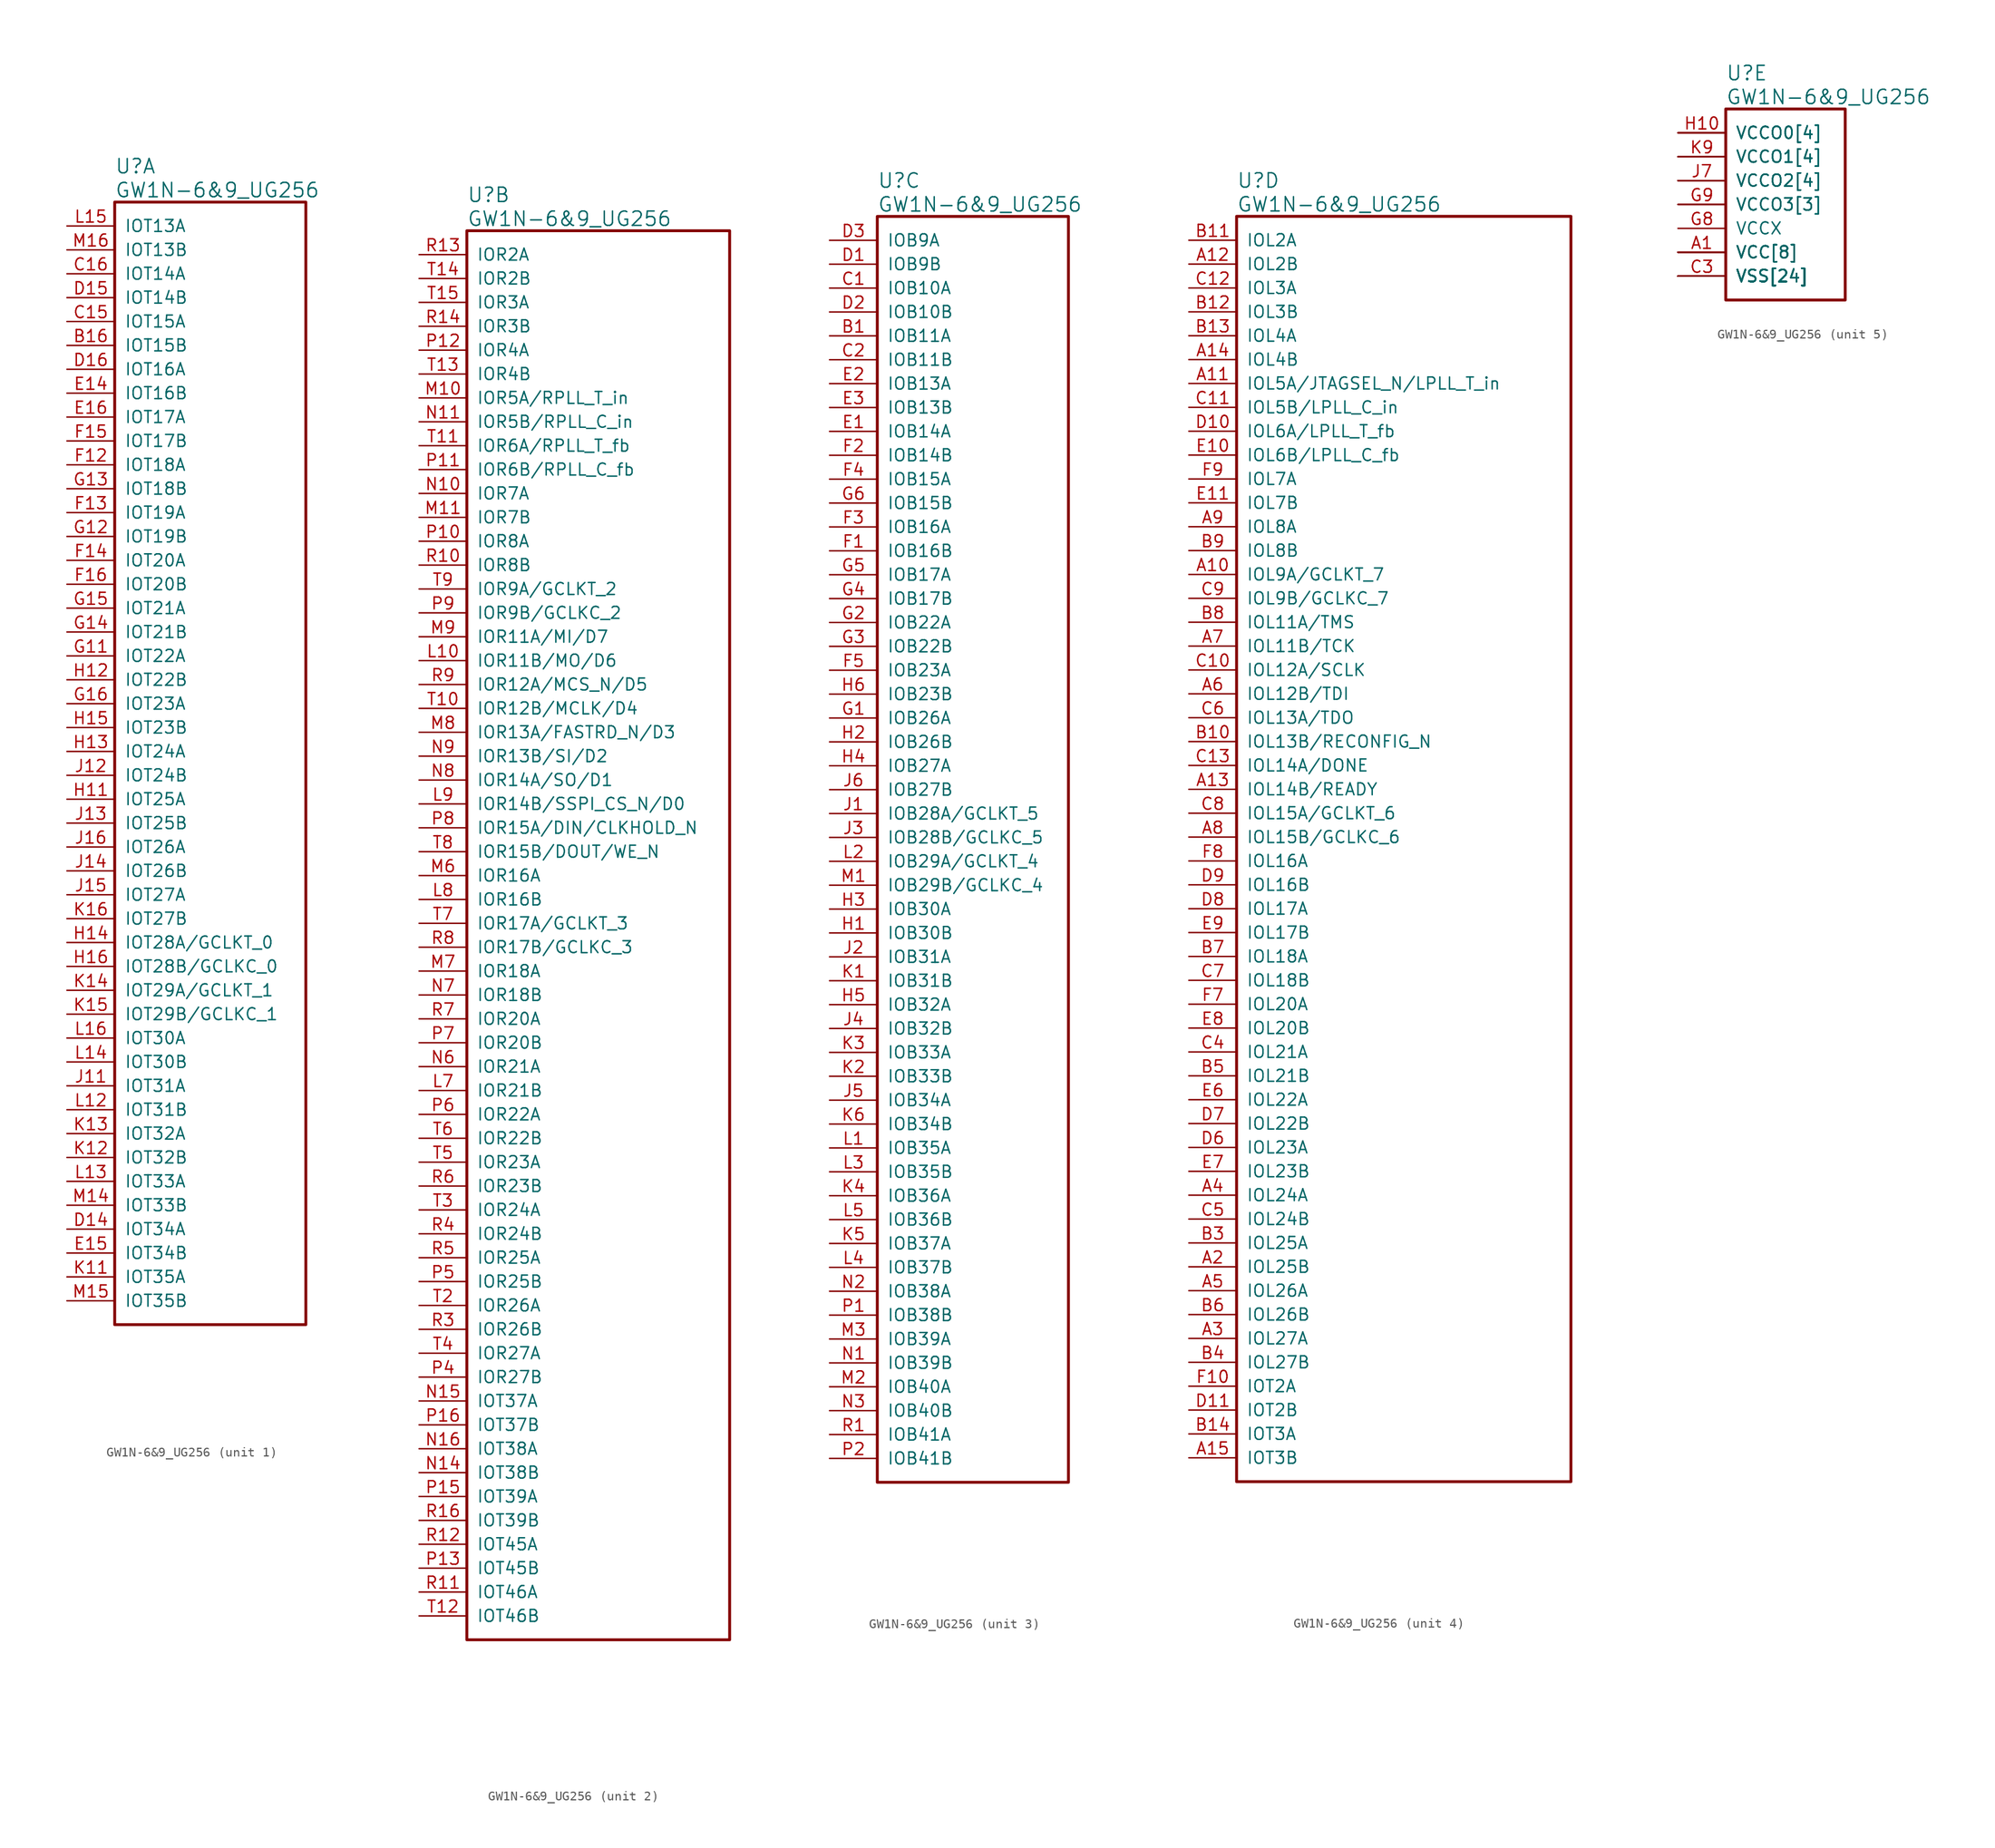
<source format=kicad_sym>
(kicad_symbol_lib
  (version 20241209)
  (generator "kicad_symbol_editor")
  (generator_version "9.0")
  (symbol "GW1N-6&9_UG256"
    (pin_names
      (offset 1.016))
    (property "Reference" "U"
      (at 5.08 6.35 0)
      (effects (font (size 1.524 1.524)) (justify left)))
    (property "Value" "GW1N-6&9_UG256"
      (at 5.08 3.81 0)
      (effects (font (size 1.524 1.524)) (justify left)))
    (property "ki_locked" ""
      (at 0 0 0)
      (effects (font (size 1.27 1.27))))
    (symbol "GW1N-6&9_UG256_1_1"
      (rectangle (start 5.08 2.54) (end 25.4 -116.84) (stroke (width 0.305) (type solid)) (fill (type none)))
      (pin bidirectional line (at 0 0 0) (length 5.08) (name "IOT13A" (effects (font (size 1.27 1.27)))) (number "L15" (effects (font (size 1.27 1.27)))))
      (pin bidirectional line (at 0 -2.54 0) (length 5.08) (name "IOT13B" (effects (font (size 1.27 1.27)))) (number "M16" (effects (font (size 1.27 1.27)))))
      (pin bidirectional line (at 0 -5.08 0) (length 5.08) (name "IOT14A" (effects (font (size 1.27 1.27)))) (number "C16" (effects (font (size 1.27 1.27)))))
      (pin bidirectional line (at 0 -7.62 0) (length 5.08) (name "IOT14B" (effects (font (size 1.27 1.27)))) (number "D15" (effects (font (size 1.27 1.27)))))
      (pin bidirectional line (at 0 -10.16 0) (length 5.08) (name "IOT15A" (effects (font (size 1.27 1.27)))) (number "C15" (effects (font (size 1.27 1.27)))))
      (pin bidirectional line (at 0 -12.7 0) (length 5.08) (name "IOT15B" (effects (font (size 1.27 1.27)))) (number "B16" (effects (font (size 1.27 1.27)))))
      (pin bidirectional line (at 0 -15.24 0) (length 5.08) (name "IOT16A" (effects (font (size 1.27 1.27)))) (number "D16" (effects (font (size 1.27 1.27)))))
      (pin bidirectional line (at 0 -17.78 0) (length 5.08) (name "IOT16B" (effects (font (size 1.27 1.27)))) (number "E14" (effects (font (size 1.27 1.27)))))
      (pin bidirectional line (at 0 -20.32 0) (length 5.08) (name "IOT17A" (effects (font (size 1.27 1.27)))) (number "E16" (effects (font (size 1.27 1.27)))))
      (pin bidirectional line (at 0 -22.86 0) (length 5.08) (name "IOT17B" (effects (font (size 1.27 1.27)))) (number "F15" (effects (font (size 1.27 1.27)))))
      (pin bidirectional line (at 0 -25.4 0) (length 5.08) (name "IOT18A" (effects (font (size 1.27 1.27)))) (number "F12" (effects (font (size 1.27 1.27)))))
      (pin bidirectional line (at 0 -27.94 0) (length 5.08) (name "IOT18B" (effects (font (size 1.27 1.27)))) (number "G13" (effects (font (size 1.27 1.27)))))
      (pin bidirectional line (at 0 -30.48 0) (length 5.08) (name "IOT19A" (effects (font (size 1.27 1.27)))) (number "F13" (effects (font (size 1.27 1.27)))))
      (pin bidirectional line (at 0 -33.02 0) (length 5.08) (name "IOT19B" (effects (font (size 1.27 1.27)))) (number "G12" (effects (font (size 1.27 1.27)))))
      (pin bidirectional line (at 0 -35.56 0) (length 5.08) (name "IOT20A" (effects (font (size 1.27 1.27)))) (number "F14" (effects (font (size 1.27 1.27)))))
      (pin bidirectional line (at 0 -38.1 0) (length 5.08) (name "IOT20B" (effects (font (size 1.27 1.27)))) (number "F16" (effects (font (size 1.27 1.27)))))
      (pin bidirectional line (at 0 -40.64 0) (length 5.08) (name "IOT21A" (effects (font (size 1.27 1.27)))) (number "G15" (effects (font (size 1.27 1.27)))))
      (pin bidirectional line (at 0 -43.18 0) (length 5.08) (name "IOT21B" (effects (font (size 1.27 1.27)))) (number "G14" (effects (font (size 1.27 1.27)))))
      (pin bidirectional line (at 0 -45.72 0) (length 5.08) (name "IOT22A" (effects (font (size 1.27 1.27)))) (number "G11" (effects (font (size 1.27 1.27)))))
      (pin bidirectional line (at 0 -48.26 0) (length 5.08) (name "IOT22B" (effects (font (size 1.27 1.27)))) (number "H12" (effects (font (size 1.27 1.27)))))
      (pin bidirectional line (at 0 -50.8 0) (length 5.08) (name "IOT23A" (effects (font (size 1.27 1.27)))) (number "G16" (effects (font (size 1.27 1.27)))))
      (pin bidirectional line (at 0 -53.34 0) (length 5.08) (name "IOT23B" (effects (font (size 1.27 1.27)))) (number "H15" (effects (font (size 1.27 1.27)))))
      (pin bidirectional line (at 0 -55.88 0) (length 5.08) (name "IOT24A" (effects (font (size 1.27 1.27)))) (number "H13" (effects (font (size 1.27 1.27)))))
      (pin bidirectional line (at 0 -58.42 0) (length 5.08) (name "IOT24B" (effects (font (size 1.27 1.27)))) (number "J12" (effects (font (size 1.27 1.27)))))
      (pin bidirectional line (at 0 -60.96 0) (length 5.08) (name "IOT25A" (effects (font (size 1.27 1.27)))) (number "H11" (effects (font (size 1.27 1.27)))))
      (pin bidirectional line (at 0 -63.5 0) (length 5.08) (name "IOT25B" (effects (font (size 1.27 1.27)))) (number "J13" (effects (font (size 1.27 1.27)))))
      (pin bidirectional line (at 0 -66.04 0) (length 5.08) (name "IOT26A" (effects (font (size 1.27 1.27)))) (number "J16" (effects (font (size 1.27 1.27)))))
      (pin bidirectional line (at 0 -68.58 0) (length 5.08) (name "IOT26B" (effects (font (size 1.27 1.27)))) (number "J14" (effects (font (size 1.27 1.27)))))
      (pin bidirectional line (at 0 -71.12 0) (length 5.08) (name "IOT27A" (effects (font (size 1.27 1.27)))) (number "J15" (effects (font (size 1.27 1.27)))))
      (pin bidirectional line (at 0 -73.66 0) (length 5.08) (name "IOT27B" (effects (font (size 1.27 1.27)))) (number "K16" (effects (font (size 1.27 1.27)))))
      (pin bidirectional line (at 0 -76.2 0) (length 5.08) (name "IOT28A/GCLKT_0" (effects (font (size 1.27 1.27)))) (number "H14" (effects (font (size 1.27 1.27)))))
      (pin bidirectional line (at 0 -78.74 0) (length 5.08) (name "IOT28B/GCLKC_0" (effects (font (size 1.27 1.27)))) (number "H16" (effects (font (size 1.27 1.27)))))
      (pin bidirectional line (at 0 -81.28 0) (length 5.08) (name "IOT29A/GCLKT_1" (effects (font (size 1.27 1.27)))) (number "K14" (effects (font (size 1.27 1.27)))))
      (pin bidirectional line (at 0 -83.82 0) (length 5.08) (name "IOT29B/GCLKC_1" (effects (font (size 1.27 1.27)))) (number "K15" (effects (font (size 1.27 1.27)))))
      (pin bidirectional line (at 0 -86.36 0) (length 5.08) (name "IOT30A" (effects (font (size 1.27 1.27)))) (number "L16" (effects (font (size 1.27 1.27)))))
      (pin bidirectional line (at 0 -88.9 0) (length 5.08) (name "IOT30B" (effects (font (size 1.27 1.27)))) (number "L14" (effects (font (size 1.27 1.27)))))
      (pin bidirectional line (at 0 -91.44 0) (length 5.08) (name "IOT31A" (effects (font (size 1.27 1.27)))) (number "J11" (effects (font (size 1.27 1.27)))))
      (pin bidirectional line (at 0 -93.98 0) (length 5.08) (name "IOT31B" (effects (font (size 1.27 1.27)))) (number "L12" (effects (font (size 1.27 1.27)))))
      (pin bidirectional line (at 0 -96.52 0) (length 5.08) (name "IOT32A" (effects (font (size 1.27 1.27)))) (number "K13" (effects (font (size 1.27 1.27)))))
      (pin bidirectional line (at 0 -99.06 0) (length 5.08) (name "IOT32B" (effects (font (size 1.27 1.27)))) (number "K12" (effects (font (size 1.27 1.27)))))
      (pin bidirectional line (at 0 -101.6 0) (length 5.08) (name "IOT33A" (effects (font (size 1.27 1.27)))) (number "L13" (effects (font (size 1.27 1.27)))))
      (pin bidirectional line (at 0 -104.14 0) (length 5.08) (name "IOT33B" (effects (font (size 1.27 1.27)))) (number "M14" (effects (font (size 1.27 1.27)))))
      (pin bidirectional line (at 0 -106.68 0) (length 5.08) (name "IOT34A" (effects (font (size 1.27 1.27)))) (number "D14" (effects (font (size 1.27 1.27)))))
      (pin bidirectional line (at 0 -109.22 0) (length 5.08) (name "IOT34B" (effects (font (size 1.27 1.27)))) (number "E15" (effects (font (size 1.27 1.27)))))
      (pin bidirectional line (at 0 -111.76 0) (length 5.08) (name "IOT35A" (effects (font (size 1.27 1.27)))) (number "K11" (effects (font (size 1.27 1.27)))))
      (pin bidirectional line (at 0 -114.3 0) (length 5.08) (name "IOT35B" (effects (font (size 1.27 1.27)))) (number "M15" (effects (font (size 1.27 1.27))))))
    (symbol "GW1N-6&9_UG256_2_1"
      (rectangle (start 5.08 2.54) (end 33.02 -147.32) (stroke (width 0.305) (type solid)) (fill (type none)))
      (pin bidirectional line (at 0 0 0) (length 5.08) (name "IOR2A" (effects (font (size 1.27 1.27)))) (number "R13" (effects (font (size 1.27 1.27)))))
      (pin bidirectional line (at 0 -2.54 0) (length 5.08) (name "IOR2B" (effects (font (size 1.27 1.27)))) (number "T14" (effects (font (size 1.27 1.27)))))
      (pin bidirectional line (at 0 -5.08 0) (length 5.08) (name "IOR3A" (effects (font (size 1.27 1.27)))) (number "T15" (effects (font (size 1.27 1.27)))))
      (pin bidirectional line (at 0 -7.62 0) (length 5.08) (name "IOR3B" (effects (font (size 1.27 1.27)))) (number "R14" (effects (font (size 1.27 1.27)))))
      (pin bidirectional line (at 0 -10.16 0) (length 5.08) (name "IOR4A" (effects (font (size 1.27 1.27)))) (number "P12" (effects (font (size 1.27 1.27)))))
      (pin bidirectional line (at 0 -12.7 0) (length 5.08) (name "IOR4B" (effects (font (size 1.27 1.27)))) (number "T13" (effects (font (size 1.27 1.27)))))
      (pin bidirectional line (at 0 -15.24 0) (length 5.08) (name "IOR5A/RPLL_T_in" (effects (font (size 1.27 1.27)))) (number "M10" (effects (font (size 1.27 1.27)))))
      (pin bidirectional line (at 0 -17.78 0) (length 5.08) (name "IOR5B/RPLL_C_in" (effects (font (size 1.27 1.27)))) (number "N11" (effects (font (size 1.27 1.27)))))
      (pin bidirectional line (at 0 -20.32 0) (length 5.08) (name "IOR6A/RPLL_T_fb" (effects (font (size 1.27 1.27)))) (number "T11" (effects (font (size 1.27 1.27)))))
      (pin bidirectional line (at 0 -22.86 0) (length 5.08) (name "IOR6B/RPLL_C_fb" (effects (font (size 1.27 1.27)))) (number "P11" (effects (font (size 1.27 1.27)))))
      (pin bidirectional line (at 0 -25.4 0) (length 5.08) (name "IOR7A" (effects (font (size 1.27 1.27)))) (number "N10" (effects (font (size 1.27 1.27)))))
      (pin bidirectional line (at 0 -27.94 0) (length 5.08) (name "IOR7B" (effects (font (size 1.27 1.27)))) (number "M11" (effects (font (size 1.27 1.27)))))
      (pin bidirectional line (at 0 -30.48 0) (length 5.08) (name "IOR8A" (effects (font (size 1.27 1.27)))) (number "P10" (effects (font (size 1.27 1.27)))))
      (pin bidirectional line (at 0 -33.02 0) (length 5.08) (name "IOR8B" (effects (font (size 1.27 1.27)))) (number "R10" (effects (font (size 1.27 1.27)))))
      (pin bidirectional line (at 0 -35.56 0) (length 5.08) (name "IOR9A/GCLKT_2" (effects (font (size 1.27 1.27)))) (number "T9" (effects (font (size 1.27 1.27)))))
      (pin bidirectional line (at 0 -38.1 0) (length 5.08) (name "IOR9B/GCLKC_2" (effects (font (size 1.27 1.27)))) (number "P9" (effects (font (size 1.27 1.27)))))
      (pin bidirectional line (at 0 -40.64 0) (length 5.08) (name "IOR11A/MI/D7" (effects (font (size 1.27 1.27)))) (number "M9" (effects (font (size 1.27 1.27)))))
      (pin bidirectional line (at 0 -43.18 0) (length 5.08) (name "IOR11B/MO/D6" (effects (font (size 1.27 1.27)))) (number "L10" (effects (font (size 1.27 1.27)))))
      (pin bidirectional line (at 0 -45.72 0) (length 5.08) (name "IOR12A/MCS_N/D5" (effects (font (size 1.27 1.27)))) (number "R9" (effects (font (size 1.27 1.27)))))
      (pin bidirectional line (at 0 -48.26 0) (length 5.08) (name "IOR12B/MCLK/D4" (effects (font (size 1.27 1.27)))) (number "T10" (effects (font (size 1.27 1.27)))))
      (pin bidirectional line (at 0 -50.8 0) (length 5.08) (name "IOR13A/FASTRD_N/D3" (effects (font (size 1.27 1.27)))) (number "M8" (effects (font (size 1.27 1.27)))))
      (pin bidirectional line (at 0 -53.34 0) (length 5.08) (name "IOR13B/SI/D2" (effects (font (size 1.27 1.27)))) (number "N9" (effects (font (size 1.27 1.27)))))
      (pin bidirectional line (at 0 -55.88 0) (length 5.08) (name "IOR14A/SO/D1" (effects (font (size 1.27 1.27)))) (number "N8" (effects (font (size 1.27 1.27)))))
      (pin bidirectional line (at 0 -58.42 0) (length 5.08) (name "IOR14B/SSPI_CS_N/D0" (effects (font (size 1.27 1.27)))) (number "L9" (effects (font (size 1.27 1.27)))))
      (pin bidirectional line (at 0 -60.96 0) (length 5.08) (name "IOR15A/DIN/CLKHOLD_N" (effects (font (size 1.27 1.27)))) (number "P8" (effects (font (size 1.27 1.27)))))
      (pin bidirectional line (at 0 -63.5 0) (length 5.08) (name "IOR15B/DOUT/WE_N" (effects (font (size 1.27 1.27)))) (number "T8" (effects (font (size 1.27 1.27)))))
      (pin bidirectional line (at 0 -66.04 0) (length 5.08) (name "IOR16A" (effects (font (size 1.27 1.27)))) (number "M6" (effects (font (size 1.27 1.27)))))
      (pin bidirectional line (at 0 -68.58 0) (length 5.08) (name "IOR16B" (effects (font (size 1.27 1.27)))) (number "L8" (effects (font (size 1.27 1.27)))))
      (pin bidirectional line (at 0 -71.12 0) (length 5.08) (name "IOR17A/GCLKT_3" (effects (font (size 1.27 1.27)))) (number "T7" (effects (font (size 1.27 1.27)))))
      (pin bidirectional line (at 0 -73.66 0) (length 5.08) (name "IOR17B/GCLKC_3" (effects (font (size 1.27 1.27)))) (number "R8" (effects (font (size 1.27 1.27)))))
      (pin bidirectional line (at 0 -76.2 0) (length 5.08) (name "IOR18A" (effects (font (size 1.27 1.27)))) (number "M7" (effects (font (size 1.27 1.27)))))
      (pin bidirectional line (at 0 -78.74 0) (length 5.08) (name "IOR18B" (effects (font (size 1.27 1.27)))) (number "N7" (effects (font (size 1.27 1.27)))))
      (pin bidirectional line (at 0 -81.28 0) (length 5.08) (name "IOR20A" (effects (font (size 1.27 1.27)))) (number "R7" (effects (font (size 1.27 1.27)))))
      (pin bidirectional line (at 0 -83.82 0) (length 5.08) (name "IOR20B" (effects (font (size 1.27 1.27)))) (number "P7" (effects (font (size 1.27 1.27)))))
      (pin bidirectional line (at 0 -86.36 0) (length 5.08) (name "IOR21A" (effects (font (size 1.27 1.27)))) (number "N6" (effects (font (size 1.27 1.27)))))
      (pin bidirectional line (at 0 -88.9 0) (length 5.08) (name "IOR21B" (effects (font (size 1.27 1.27)))) (number "L7" (effects (font (size 1.27 1.27)))))
      (pin bidirectional line (at 0 -91.44 0) (length 5.08) (name "IOR22A" (effects (font (size 1.27 1.27)))) (number "P6" (effects (font (size 1.27 1.27)))))
      (pin bidirectional line (at 0 -93.98 0) (length 5.08) (name "IOR22B" (effects (font (size 1.27 1.27)))) (number "T6" (effects (font (size 1.27 1.27)))))
      (pin bidirectional line (at 0 -96.52 0) (length 5.08) (name "IOR23A" (effects (font (size 1.27 1.27)))) (number "T5" (effects (font (size 1.27 1.27)))))
      (pin bidirectional line (at 0 -99.06 0) (length 5.08) (name "IOR23B" (effects (font (size 1.27 1.27)))) (number "R6" (effects (font (size 1.27 1.27)))))
      (pin bidirectional line (at 0 -101.6 0) (length 5.08) (name "IOR24A" (effects (font (size 1.27 1.27)))) (number "T3" (effects (font (size 1.27 1.27)))))
      (pin bidirectional line (at 0 -104.14 0) (length 5.08) (name "IOR24B" (effects (font (size 1.27 1.27)))) (number "R4" (effects (font (size 1.27 1.27)))))
      (pin bidirectional line (at 0 -106.68 0) (length 5.08) (name "IOR25A" (effects (font (size 1.27 1.27)))) (number "R5" (effects (font (size 1.27 1.27)))))
      (pin bidirectional line (at 0 -109.22 0) (length 5.08) (name "IOR25B" (effects (font (size 1.27 1.27)))) (number "P5" (effects (font (size 1.27 1.27)))))
      (pin bidirectional line (at 0 -111.76 0) (length 5.08) (name "IOR26A" (effects (font (size 1.27 1.27)))) (number "T2" (effects (font (size 1.27 1.27)))))
      (pin bidirectional line (at 0 -114.3 0) (length 5.08) (name "IOR26B" (effects (font (size 1.27 1.27)))) (number "R3" (effects (font (size 1.27 1.27)))))
      (pin bidirectional line (at 0 -116.84 0) (length 5.08) (name "IOR27A" (effects (font (size 1.27 1.27)))) (number "T4" (effects (font (size 1.27 1.27)))))
      (pin bidirectional line (at 0 -119.38 0) (length 5.08) (name "IOR27B" (effects (font (size 1.27 1.27)))) (number "P4" (effects (font (size 1.27 1.27)))))
      (pin bidirectional line (at 0 -121.92 0) (length 5.08) (name "IOT37A" (effects (font (size 1.27 1.27)))) (number "N15" (effects (font (size 1.27 1.27)))))
      (pin bidirectional line (at 0 -124.46 0) (length 5.08) (name "IOT37B" (effects (font (size 1.27 1.27)))) (number "P16" (effects (font (size 1.27 1.27)))))
      (pin bidirectional line (at 0 -127 0) (length 5.08) (name "IOT38A" (effects (font (size 1.27 1.27)))) (number "N16" (effects (font (size 1.27 1.27)))))
      (pin bidirectional line (at 0 -129.54 0) (length 5.08) (name "IOT38B" (effects (font (size 1.27 1.27)))) (number "N14" (effects (font (size 1.27 1.27)))))
      (pin bidirectional line (at 0 -132.08 0) (length 5.08) (name "IOT39A" (effects (font (size 1.27 1.27)))) (number "P15" (effects (font (size 1.27 1.27)))))
      (pin bidirectional line (at 0 -134.62 0) (length 5.08) (name "IOT39B" (effects (font (size 1.27 1.27)))) (number "R16" (effects (font (size 1.27 1.27)))))
      (pin bidirectional line (at 0 -137.16 0) (length 5.08) (name "IOT45A" (effects (font (size 1.27 1.27)))) (number "R12" (effects (font (size 1.27 1.27)))))
      (pin bidirectional line (at 0 -139.7 0) (length 5.08) (name "IOT45B" (effects (font (size 1.27 1.27)))) (number "P13" (effects (font (size 1.27 1.27)))))
      (pin bidirectional line (at 0 -142.24 0) (length 5.08) (name "IOT46A" (effects (font (size 1.27 1.27)))) (number "R11" (effects (font (size 1.27 1.27)))))
      (pin bidirectional line (at 0 -144.78 0) (length 5.08) (name "IOT46B" (effects (font (size 1.27 1.27)))) (number "T12" (effects (font (size 1.27 1.27))))))
    (symbol "GW1N-6&9_UG256_3_1"
      (rectangle (start 5.08 2.54) (end 25.4 -132.08) (stroke (width 0.305) (type solid)) (fill (type none)))
      (pin bidirectional line (at 0 0 0) (length 5.08) (name "IOB9A" (effects (font (size 1.27 1.27)))) (number "D3" (effects (font (size 1.27 1.27)))))
      (pin bidirectional line (at 0 -2.54 0) (length 5.08) (name "IOB9B" (effects (font (size 1.27 1.27)))) (number "D1" (effects (font (size 1.27 1.27)))))
      (pin bidirectional line (at 0 -5.08 0) (length 5.08) (name "IOB10A" (effects (font (size 1.27 1.27)))) (number "C1" (effects (font (size 1.27 1.27)))))
      (pin bidirectional line (at 0 -7.62 0) (length 5.08) (name "IOB10B" (effects (font (size 1.27 1.27)))) (number "D2" (effects (font (size 1.27 1.27)))))
      (pin bidirectional line (at 0 -10.16 0) (length 5.08) (name "IOB11A" (effects (font (size 1.27 1.27)))) (number "B1" (effects (font (size 1.27 1.27)))))
      (pin bidirectional line (at 0 -12.7 0) (length 5.08) (name "IOB11B" (effects (font (size 1.27 1.27)))) (number "C2" (effects (font (size 1.27 1.27)))))
      (pin bidirectional line (at 0 -15.24 0) (length 5.08) (name "IOB13A" (effects (font (size 1.27 1.27)))) (number "E2" (effects (font (size 1.27 1.27)))))
      (pin bidirectional line (at 0 -17.78 0) (length 5.08) (name "IOB13B" (effects (font (size 1.27 1.27)))) (number "E3" (effects (font (size 1.27 1.27)))))
      (pin bidirectional line (at 0 -20.32 0) (length 5.08) (name "IOB14A" (effects (font (size 1.27 1.27)))) (number "E1" (effects (font (size 1.27 1.27)))))
      (pin bidirectional line (at 0 -22.86 0) (length 5.08) (name "IOB14B" (effects (font (size 1.27 1.27)))) (number "F2" (effects (font (size 1.27 1.27)))))
      (pin bidirectional line (at 0 -25.4 0) (length 5.08) (name "IOB15A" (effects (font (size 1.27 1.27)))) (number "F4" (effects (font (size 1.27 1.27)))))
      (pin bidirectional line (at 0 -27.94 0) (length 5.08) (name "IOB15B" (effects (font (size 1.27 1.27)))) (number "G6" (effects (font (size 1.27 1.27)))))
      (pin bidirectional line (at 0 -30.48 0) (length 5.08) (name "IOB16A" (effects (font (size 1.27 1.27)))) (number "F3" (effects (font (size 1.27 1.27)))))
      (pin bidirectional line (at 0 -33.02 0) (length 5.08) (name "IOB16B" (effects (font (size 1.27 1.27)))) (number "F1" (effects (font (size 1.27 1.27)))))
      (pin bidirectional line (at 0 -35.56 0) (length 5.08) (name "IOB17A" (effects (font (size 1.27 1.27)))) (number "G5" (effects (font (size 1.27 1.27)))))
      (pin bidirectional line (at 0 -38.1 0) (length 5.08) (name "IOB17B" (effects (font (size 1.27 1.27)))) (number "G4" (effects (font (size 1.27 1.27)))))
      (pin bidirectional line (at 0 -40.64 0) (length 5.08) (name "IOB22A" (effects (font (size 1.27 1.27)))) (number "G2" (effects (font (size 1.27 1.27)))))
      (pin bidirectional line (at 0 -43.18 0) (length 5.08) (name "IOB22B" (effects (font (size 1.27 1.27)))) (number "G3" (effects (font (size 1.27 1.27)))))
      (pin bidirectional line (at 0 -45.72 0) (length 5.08) (name "IOB23A" (effects (font (size 1.27 1.27)))) (number "F5" (effects (font (size 1.27 1.27)))))
      (pin bidirectional line (at 0 -48.26 0) (length 5.08) (name "IOB23B" (effects (font (size 1.27 1.27)))) (number "H6" (effects (font (size 1.27 1.27)))))
      (pin bidirectional line (at 0 -50.8 0) (length 5.08) (name "IOB26A" (effects (font (size 1.27 1.27)))) (number "G1" (effects (font (size 1.27 1.27)))))
      (pin bidirectional line (at 0 -53.34 0) (length 5.08) (name "IOB26B" (effects (font (size 1.27 1.27)))) (number "H2" (effects (font (size 1.27 1.27)))))
      (pin bidirectional line (at 0 -55.88 0) (length 5.08) (name "IOB27A" (effects (font (size 1.27 1.27)))) (number "H4" (effects (font (size 1.27 1.27)))))
      (pin bidirectional line (at 0 -58.42 0) (length 5.08) (name "IOB27B" (effects (font (size 1.27 1.27)))) (number "J6" (effects (font (size 1.27 1.27)))))
      (pin bidirectional line (at 0 -60.96 0) (length 5.08) (name "IOB28A/GCLKT_5" (effects (font (size 1.27 1.27)))) (number "J1" (effects (font (size 1.27 1.27)))))
      (pin bidirectional line (at 0 -63.5 0) (length 5.08) (name "IOB28B/GCLKC_5" (effects (font (size 1.27 1.27)))) (number "J3" (effects (font (size 1.27 1.27)))))
      (pin bidirectional line (at 0 -66.04 0) (length 5.08) (name "IOB29A/GCLKT_4" (effects (font (size 1.27 1.27)))) (number "L2" (effects (font (size 1.27 1.27)))))
      (pin bidirectional line (at 0 -68.58 0) (length 5.08) (name "IOB29B/GCLKC_4" (effects (font (size 1.27 1.27)))) (number "M1" (effects (font (size 1.27 1.27)))))
      (pin bidirectional line (at 0 -71.12 0) (length 5.08) (name "IOB30A" (effects (font (size 1.27 1.27)))) (number "H3" (effects (font (size 1.27 1.27)))))
      (pin bidirectional line (at 0 -73.66 0) (length 5.08) (name "IOB30B" (effects (font (size 1.27 1.27)))) (number "H1" (effects (font (size 1.27 1.27)))))
      (pin bidirectional line (at 0 -76.2 0) (length 5.08) (name "IOB31A" (effects (font (size 1.27 1.27)))) (number "J2" (effects (font (size 1.27 1.27)))))
      (pin bidirectional line (at 0 -78.74 0) (length 5.08) (name "IOB31B" (effects (font (size 1.27 1.27)))) (number "K1" (effects (font (size 1.27 1.27)))))
      (pin bidirectional line (at 0 -81.28 0) (length 5.08) (name "IOB32A" (effects (font (size 1.27 1.27)))) (number "H5" (effects (font (size 1.27 1.27)))))
      (pin bidirectional line (at 0 -83.82 0) (length 5.08) (name "IOB32B" (effects (font (size 1.27 1.27)))) (number "J4" (effects (font (size 1.27 1.27)))))
      (pin bidirectional line (at 0 -86.36 0) (length 5.08) (name "IOB33A" (effects (font (size 1.27 1.27)))) (number "K3" (effects (font (size 1.27 1.27)))))
      (pin bidirectional line (at 0 -88.9 0) (length 5.08) (name "IOB33B" (effects (font (size 1.27 1.27)))) (number "K2" (effects (font (size 1.27 1.27)))))
      (pin bidirectional line (at 0 -91.44 0) (length 5.08) (name "IOB34A" (effects (font (size 1.27 1.27)))) (number "J5" (effects (font (size 1.27 1.27)))))
      (pin bidirectional line (at 0 -93.98 0) (length 5.08) (name "IOB34B" (effects (font (size 1.27 1.27)))) (number "K6" (effects (font (size 1.27 1.27)))))
      (pin bidirectional line (at 0 -96.52 0) (length 5.08) (name "IOB35A" (effects (font (size 1.27 1.27)))) (number "L1" (effects (font (size 1.27 1.27)))))
      (pin bidirectional line (at 0 -99.06 0) (length 5.08) (name "IOB35B" (effects (font (size 1.27 1.27)))) (number "L3" (effects (font (size 1.27 1.27)))))
      (pin bidirectional line (at 0 -101.6 0) (length 5.08) (name "IOB36A" (effects (font (size 1.27 1.27)))) (number "K4" (effects (font (size 1.27 1.27)))))
      (pin bidirectional line (at 0 -104.14 0) (length 5.08) (name "IOB36B" (effects (font (size 1.27 1.27)))) (number "L5" (effects (font (size 1.27 1.27)))))
      (pin bidirectional line (at 0 -106.68 0) (length 5.08) (name "IOB37A" (effects (font (size 1.27 1.27)))) (number "K5" (effects (font (size 1.27 1.27)))))
      (pin bidirectional line (at 0 -109.22 0) (length 5.08) (name "IOB37B" (effects (font (size 1.27 1.27)))) (number "L4" (effects (font (size 1.27 1.27)))))
      (pin bidirectional line (at 0 -111.76 0) (length 5.08) (name "IOB38A" (effects (font (size 1.27 1.27)))) (number "N2" (effects (font (size 1.27 1.27)))))
      (pin bidirectional line (at 0 -114.3 0) (length 5.08) (name "IOB38B" (effects (font (size 1.27 1.27)))) (number "P1" (effects (font (size 1.27 1.27)))))
      (pin bidirectional line (at 0 -116.84 0) (length 5.08) (name "IOB39A" (effects (font (size 1.27 1.27)))) (number "M3" (effects (font (size 1.27 1.27)))))
      (pin bidirectional line (at 0 -119.38 0) (length 5.08) (name "IOB39B" (effects (font (size 1.27 1.27)))) (number "N1" (effects (font (size 1.27 1.27)))))
      (pin bidirectional line (at 0 -121.92 0) (length 5.08) (name "IOB40A" (effects (font (size 1.27 1.27)))) (number "M2" (effects (font (size 1.27 1.27)))))
      (pin bidirectional line (at 0 -124.46 0) (length 5.08) (name "IOB40B" (effects (font (size 1.27 1.27)))) (number "N3" (effects (font (size 1.27 1.27)))))
      (pin bidirectional line (at 0 -127 0) (length 5.08) (name "IOB41A" (effects (font (size 1.27 1.27)))) (number "R1" (effects (font (size 1.27 1.27)))))
      (pin bidirectional line (at 0 -129.54 0) (length 5.08) (name "IOB41B" (effects (font (size 1.27 1.27)))) (number "P2" (effects (font (size 1.27 1.27))))))
    (symbol "GW1N-6&9_UG256_4_1"
      (rectangle (start 5.08 2.54) (end 40.64 -132.08) (stroke (width 0.305) (type solid)) (fill (type none)))
      (pin bidirectional line (at 0 0 0) (length 5.08) (name "IOL2A" (effects (font (size 1.27 1.27)))) (number "B11" (effects (font (size 1.27 1.27)))))
      (pin bidirectional line (at 0 -2.54 0) (length 5.08) (name "IOL2B" (effects (font (size 1.27 1.27)))) (number "A12" (effects (font (size 1.27 1.27)))))
      (pin bidirectional line (at 0 -5.08 0) (length 5.08) (name "IOL3A" (effects (font (size 1.27 1.27)))) (number "C12" (effects (font (size 1.27 1.27)))))
      (pin bidirectional line (at 0 -7.62 0) (length 5.08) (name "IOL3B" (effects (font (size 1.27 1.27)))) (number "B12" (effects (font (size 1.27 1.27)))))
      (pin bidirectional line (at 0 -10.16 0) (length 5.08) (name "IOL4A" (effects (font (size 1.27 1.27)))) (number "B13" (effects (font (size 1.27 1.27)))))
      (pin bidirectional line (at 0 -12.7 0) (length 5.08) (name "IOL4B" (effects (font (size 1.27 1.27)))) (number "A14" (effects (font (size 1.27 1.27)))))
      (pin bidirectional line (at 0 -15.24 0) (length 5.08) (name "IOL5A/JTAGSEL_N/LPLL_T_in" (effects (font (size 1.27 1.27)))) (number "A11" (effects (font (size 1.27 1.27)))))
      (pin bidirectional line (at 0 -17.78 0) (length 5.08) (name "IOL5B/LPLL_C_in" (effects (font (size 1.27 1.27)))) (number "C11" (effects (font (size 1.27 1.27)))))
      (pin bidirectional line (at 0 -20.32 0) (length 5.08) (name "IOL6A/LPLL_T_fb" (effects (font (size 1.27 1.27)))) (number "D10" (effects (font (size 1.27 1.27)))))
      (pin bidirectional line (at 0 -22.86 0) (length 5.08) (name "IOL6B/LPLL_C_fb" (effects (font (size 1.27 1.27)))) (number "E10" (effects (font (size 1.27 1.27)))))
      (pin bidirectional line (at 0 -25.4 0) (length 5.08) (name "IOL7A" (effects (font (size 1.27 1.27)))) (number "F9" (effects (font (size 1.27 1.27)))))
      (pin bidirectional line (at 0 -27.94 0) (length 5.08) (name "IOL7B" (effects (font (size 1.27 1.27)))) (number "E11" (effects (font (size 1.27 1.27)))))
      (pin bidirectional line (at 0 -30.48 0) (length 5.08) (name "IOL8A" (effects (font (size 1.27 1.27)))) (number "A9" (effects (font (size 1.27 1.27)))))
      (pin bidirectional line (at 0 -33.02 0) (length 5.08) (name "IOL8B" (effects (font (size 1.27 1.27)))) (number "B9" (effects (font (size 1.27 1.27)))))
      (pin bidirectional line (at 0 -35.56 0) (length 5.08) (name "IOL9A/GCLKT_7" (effects (font (size 1.27 1.27)))) (number "A10" (effects (font (size 1.27 1.27)))))
      (pin bidirectional line (at 0 -38.1 0) (length 5.08) (name "IOL9B/GCLKC_7" (effects (font (size 1.27 1.27)))) (number "C9" (effects (font (size 1.27 1.27)))))
      (pin bidirectional line (at 0 -40.64 0) (length 5.08) (name "IOL11A/TMS" (effects (font (size 1.27 1.27)))) (number "B8" (effects (font (size 1.27 1.27)))))
      (pin bidirectional line (at 0 -43.18 0) (length 5.08) (name "IOL11B/TCK" (effects (font (size 1.27 1.27)))) (number "A7" (effects (font (size 1.27 1.27)))))
      (pin bidirectional line (at 0 -45.72 0) (length 5.08) (name "IOL12A/SCLK" (effects (font (size 1.27 1.27)))) (number "C10" (effects (font (size 1.27 1.27)))))
      (pin bidirectional line (at 0 -48.26 0) (length 5.08) (name "IOL12B/TDI" (effects (font (size 1.27 1.27)))) (number "A6" (effects (font (size 1.27 1.27)))))
      (pin bidirectional line (at 0 -50.8 0) (length 5.08) (name "IOL13A/TDO" (effects (font (size 1.27 1.27)))) (number "C6" (effects (font (size 1.27 1.27)))))
      (pin bidirectional line (at 0 -53.34 0) (length 5.08) (name "IOL13B/RECONFIG_N" (effects (font (size 1.27 1.27)))) (number "B10" (effects (font (size 1.27 1.27)))))
      (pin bidirectional line (at 0 -55.88 0) (length 5.08) (name "IOL14A/DONE" (effects (font (size 1.27 1.27)))) (number "C13" (effects (font (size 1.27 1.27)))))
      (pin bidirectional line (at 0 -58.42 0) (length 5.08) (name "IOL14B/READY" (effects (font (size 1.27 1.27)))) (number "A13" (effects (font (size 1.27 1.27)))))
      (pin bidirectional line (at 0 -60.96 0) (length 5.08) (name "IOL15A/GCLKT_6" (effects (font (size 1.27 1.27)))) (number "C8" (effects (font (size 1.27 1.27)))))
      (pin bidirectional line (at 0 -63.5 0) (length 5.08) (name "IOL15B/GCLKC_6" (effects (font (size 1.27 1.27)))) (number "A8" (effects (font (size 1.27 1.27)))))
      (pin bidirectional line (at 0 -66.04 0) (length 5.08) (name "IOL16A" (effects (font (size 1.27 1.27)))) (number "F8" (effects (font (size 1.27 1.27)))))
      (pin bidirectional line (at 0 -68.58 0) (length 5.08) (name "IOL16B" (effects (font (size 1.27 1.27)))) (number "D9" (effects (font (size 1.27 1.27)))))
      (pin bidirectional line (at 0 -71.12 0) (length 5.08) (name "IOL17A" (effects (font (size 1.27 1.27)))) (number "D8" (effects (font (size 1.27 1.27)))))
      (pin bidirectional line (at 0 -73.66 0) (length 5.08) (name "IOL17B" (effects (font (size 1.27 1.27)))) (number "E9" (effects (font (size 1.27 1.27)))))
      (pin bidirectional line (at 0 -76.2 0) (length 5.08) (name "IOL18A" (effects (font (size 1.27 1.27)))) (number "B7" (effects (font (size 1.27 1.27)))))
      (pin bidirectional line (at 0 -78.74 0) (length 5.08) (name "IOL18B" (effects (font (size 1.27 1.27)))) (number "C7" (effects (font (size 1.27 1.27)))))
      (pin bidirectional line (at 0 -81.28 0) (length 5.08) (name "IOL20A" (effects (font (size 1.27 1.27)))) (number "F7" (effects (font (size 1.27 1.27)))))
      (pin bidirectional line (at 0 -83.82 0) (length 5.08) (name "IOL20B" (effects (font (size 1.27 1.27)))) (number "E8" (effects (font (size 1.27 1.27)))))
      (pin bidirectional line (at 0 -86.36 0) (length 5.08) (name "IOL21A" (effects (font (size 1.27 1.27)))) (number "C4" (effects (font (size 1.27 1.27)))))
      (pin bidirectional line (at 0 -88.9 0) (length 5.08) (name "IOL21B" (effects (font (size 1.27 1.27)))) (number "B5" (effects (font (size 1.27 1.27)))))
      (pin bidirectional line (at 0 -91.44 0) (length 5.08) (name "IOL22A" (effects (font (size 1.27 1.27)))) (number "E6" (effects (font (size 1.27 1.27)))))
      (pin bidirectional line (at 0 -93.98 0) (length 5.08) (name "IOL22B" (effects (font (size 1.27 1.27)))) (number "D7" (effects (font (size 1.27 1.27)))))
      (pin bidirectional line (at 0 -96.52 0) (length 5.08) (name "IOL23A" (effects (font (size 1.27 1.27)))) (number "D6" (effects (font (size 1.27 1.27)))))
      (pin bidirectional line (at 0 -99.06 0) (length 5.08) (name "IOL23B" (effects (font (size 1.27 1.27)))) (number "E7" (effects (font (size 1.27 1.27)))))
      (pin bidirectional line (at 0 -101.6 0) (length 5.08) (name "IOL24A" (effects (font (size 1.27 1.27)))) (number "A4" (effects (font (size 1.27 1.27)))))
      (pin bidirectional line (at 0 -104.14 0) (length 5.08) (name "IOL24B" (effects (font (size 1.27 1.27)))) (number "C5" (effects (font (size 1.27 1.27)))))
      (pin bidirectional line (at 0 -106.68 0) (length 5.08) (name "IOL25A" (effects (font (size 1.27 1.27)))) (number "B3" (effects (font (size 1.27 1.27)))))
      (pin bidirectional line (at 0 -109.22 0) (length 5.08) (name "IOL25B" (effects (font (size 1.27 1.27)))) (number "A2" (effects (font (size 1.27 1.27)))))
      (pin bidirectional line (at 0 -111.76 0) (length 5.08) (name "IOL26A" (effects (font (size 1.27 1.27)))) (number "A5" (effects (font (size 1.27 1.27)))))
      (pin bidirectional line (at 0 -114.3 0) (length 5.08) (name "IOL26B" (effects (font (size 1.27 1.27)))) (number "B6" (effects (font (size 1.27 1.27)))))
      (pin bidirectional line (at 0 -116.84 0) (length 5.08) (name "IOL27A" (effects (font (size 1.27 1.27)))) (number "A3" (effects (font (size 1.27 1.27)))))
      (pin bidirectional line (at 0 -119.38 0) (length 5.08) (name "IOL27B" (effects (font (size 1.27 1.27)))) (number "B4" (effects (font (size 1.27 1.27)))))
      (pin bidirectional line (at 0 -121.92 0) (length 5.08) (name "IOT2A" (effects (font (size 1.27 1.27)))) (number "F10" (effects (font (size 1.27 1.27)))))
      (pin bidirectional line (at 0 -124.46 0) (length 5.08) (name "IOT2B" (effects (font (size 1.27 1.27)))) (number "D11" (effects (font (size 1.27 1.27)))))
      (pin bidirectional line (at 0 -127 0) (length 5.08) (name "IOT3A" (effects (font (size 1.27 1.27)))) (number "B14" (effects (font (size 1.27 1.27)))))
      (pin bidirectional line (at 0 -129.54 0) (length 5.08) (name "IOT3B" (effects (font (size 1.27 1.27)))) (number "A15" (effects (font (size 1.27 1.27))))))
    (symbol "GW1N-6&9_UG256_5_1"
      (rectangle (start 5.08 2.54) (end 17.78 -17.78) (stroke (width 0.305) (type solid)) (fill (type none)))
      (pin power_in line (at 0 0 0) (length 5.08) (name "VCCO0[4]" (effects (font (size 1.27 1.27)))) (number "E13" (effects (font (size 0 0)))))
      (pin power_in line (at 0 0 0) (length 5.08) (name "VCCO0[4]" (effects (font (size 1.27 1.27)))) (number "H10" (effects (font (size 1.27 1.27)))))
      (pin power_in line (at 0 0 0) (length 5.08) (name "VCCO0[4]" (effects (font (size 1.27 1.27)))) (number "J10" (effects (font (size 0 0)))))
      (pin power_in line (at 0 0 0) (length 5.08) (name "VCCO0[4]" (effects (font (size 1.27 1.27)))) (number "M13" (effects (font (size 0 0)))))
      (pin power_in line (at 0 -2.54 0) (length 5.08) (name "VCCO1[4]" (effects (font (size 1.27 1.27)))) (number "K8" (effects (font (size 0 0)))))
      (pin power_in line (at 0 -2.54 0) (length 5.08) (name "VCCO1[4]" (effects (font (size 1.27 1.27)))) (number "K9" (effects (font (size 1.27 1.27)))))
      (pin power_in line (at 0 -2.54 0) (length 5.08) (name "VCCO1[4]" (effects (font (size 1.27 1.27)))) (number "N12" (effects (font (size 0 0)))))
      (pin power_in line (at 0 -2.54 0) (length 5.08) (name "VCCO1[4]" (effects (font (size 1.27 1.27)))) (number "N5" (effects (font (size 0 0)))))
      (pin power_in line (at 0 -5.08 0) (length 5.08) (name "VCCO2[4]" (effects (font (size 1.27 1.27)))) (number "E4" (effects (font (size 0 0)))))
      (pin power_in line (at 0 -5.08 0) (length 5.08) (name "VCCO2[4]" (effects (font (size 1.27 1.27)))) (number "H7" (effects (font (size 0 0)))))
      (pin power_in line (at 0 -5.08 0) (length 5.08) (name "VCCO2[4]" (effects (font (size 1.27 1.27)))) (number "J7" (effects (font (size 1.27 1.27)))))
      (pin power_in line (at 0 -5.08 0) (length 5.08) (name "VCCO2[4]" (effects (font (size 1.27 1.27)))) (number "M4" (effects (font (size 0 0)))))
      (pin power_in line (at 0 -7.62 0) (length 5.08) (name "VCCO3[3]" (effects (font (size 1.27 1.27)))) (number "D12" (effects (font (size 0 0)))))
      (pin power_in line (at 0 -7.62 0) (length 5.08) (name "VCCO3[3]" (effects (font (size 1.27 1.27)))) (number "D5" (effects (font (size 0 0)))))
      (pin power_in line (at 0 -7.62 0) (length 5.08) (name "VCCO3[3]" (effects (font (size 1.27 1.27)))) (number "G9" (effects (font (size 1.27 1.27)))))
      (pin power_in line (at 0 -10.16 0) (length 5.08) (name "VCCX" (effects (font (size 1.27 1.27)))) (number "G8" (effects (font (size 1.27 1.27)))))
      (pin power_in line (at 0 -12.7 0) (length 5.08) (name "VCC[8]" (effects (font (size 1.27 1.27)))) (number "A1" (effects (font (size 1.27 1.27)))))
      (pin power_in line (at 0 -12.7 0) (length 5.08) (name "VCC[8]" (effects (font (size 1.27 1.27)))) (number "A16" (effects (font (size 0 0)))))
      (pin power_in line (at 0 -12.7 0) (length 5.08) (name "VCC[8]" (effects (font (size 1.27 1.27)))) (number "G10" (effects (font (size 0 0)))))
      (pin power_in line (at 0 -12.7 0) (length 5.08) (name "VCC[8]" (effects (font (size 1.27 1.27)))) (number "G7" (effects (font (size 0 0)))))
      (pin power_in line (at 0 -12.7 0) (length 5.08) (name "VCC[8]" (effects (font (size 1.27 1.27)))) (number "K10" (effects (font (size 0 0)))))
      (pin power_in line (at 0 -12.7 0) (length 5.08) (name "VCC[8]" (effects (font (size 1.27 1.27)))) (number "K7" (effects (font (size 0 0)))))
      (pin power_in line (at 0 -12.7 0) (length 5.08) (name "VCC[8]" (effects (font (size 1.27 1.27)))) (number "T1" (effects (font (size 0 0)))))
      (pin power_in line (at 0 -12.7 0) (length 5.08) (name "VCC[8]" (effects (font (size 1.27 1.27)))) (number "T16" (effects (font (size 0 0)))))
      (pin power_in line (at 0 -15.24 0) (length 5.08) (name "VSS[24]" (effects (font (size 1.27 1.27)))) (number "B15" (effects (font (size 0 0)))))
      (pin power_in line (at 0 -15.24 0) (length 5.08) (name "VSS[24]" (effects (font (size 1.27 1.27)))) (number "B2" (effects (font (size 0 0)))))
      (pin power_in line (at 0 -15.24 0) (length 5.08) (name "VSS[24]" (effects (font (size 1.27 1.27)))) (number "C14" (effects (font (size 0 0)))))
      (pin power_in line (at 0 -15.24 0) (length 5.08) (name "VSS[24]" (effects (font (size 1.27 1.27)))) (number "C3" (effects (font (size 1.27 1.27)))))
      (pin power_in line (at 0 -15.24 0) (length 5.08) (name "VSS[24]" (effects (font (size 1.27 1.27)))) (number "D13" (effects (font (size 0 0)))))
      (pin power_in line (at 0 -15.24 0) (length 5.08) (name "VSS[24]" (effects (font (size 1.27 1.27)))) (number "D4" (effects (font (size 0 0)))))
      (pin power_in line (at 0 -15.24 0) (length 5.08) (name "VSS[24]" (effects (font (size 1.27 1.27)))) (number "E12" (effects (font (size 0 0)))))
      (pin power_in line (at 0 -15.24 0) (length 5.08) (name "VSS[24]" (effects (font (size 1.27 1.27)))) (number "E5" (effects (font (size 0 0)))))
      (pin power_in line (at 0 -15.24 0) (length 5.08) (name "VSS[24]" (effects (font (size 1.27 1.27)))) (number "F11" (effects (font (size 0 0)))))
      (pin power_in line (at 0 -15.24 0) (length 5.08) (name "VSS[24]" (effects (font (size 1.27 1.27)))) (number "F6" (effects (font (size 0 0)))))
      (pin power_in line (at 0 -15.24 0) (length 5.08) (name "VSS[24]" (effects (font (size 1.27 1.27)))) (number "H8" (effects (font (size 0 0)))))
      (pin power_in line (at 0 -15.24 0) (length 5.08) (name "VSS[24]" (effects (font (size 1.27 1.27)))) (number "H9" (effects (font (size 0 0)))))
      (pin power_in line (at 0 -15.24 0) (length 5.08) (name "VSS[24]" (effects (font (size 1.27 1.27)))) (number "J8" (effects (font (size 0 0)))))
      (pin power_in line (at 0 -15.24 0) (length 5.08) (name "VSS[24]" (effects (font (size 1.27 1.27)))) (number "J9" (effects (font (size 0 0)))))
      (pin power_in line (at 0 -15.24 0) (length 5.08) (name "VSS[24]" (effects (font (size 1.27 1.27)))) (number "L11" (effects (font (size 0 0)))))
      (pin power_in line (at 0 -15.24 0) (length 5.08) (name "VSS[24]" (effects (font (size 1.27 1.27)))) (number "L6" (effects (font (size 0 0)))))
      (pin power_in line (at 0 -15.24 0) (length 5.08) (name "VSS[24]" (effects (font (size 1.27 1.27)))) (number "M12" (effects (font (size 0 0)))))
      (pin power_in line (at 0 -15.24 0) (length 5.08) (name "VSS[24]" (effects (font (size 1.27 1.27)))) (number "M5" (effects (font (size 0 0)))))
      (pin power_in line (at 0 -15.24 0) (length 5.08) (name "VSS[24]" (effects (font (size 1.27 1.27)))) (number "N13" (effects (font (size 0 0)))))
      (pin power_in line (at 0 -15.24 0) (length 5.08) (name "VSS[24]" (effects (font (size 1.27 1.27)))) (number "N4" (effects (font (size 0 0)))))
      (pin power_in line (at 0 -15.24 0) (length 5.08) (name "VSS[24]" (effects (font (size 1.27 1.27)))) (number "P14" (effects (font (size 0 0)))))
      (pin power_in line (at 0 -15.24 0) (length 5.08) (name "VSS[24]" (effects (font (size 1.27 1.27)))) (number "P3" (effects (font (size 0 0)))))
      (pin power_in line (at 0 -15.24 0) (length 5.08) (name "VSS[24]" (effects (font (size 1.27 1.27)))) (number "R15" (effects (font (size 0 0)))))
      (pin power_in line (at 0 -15.24 0) (length 5.08) (name "VSS[24]" (effects (font (size 1.27 1.27)))) (number "R2" (effects (font (size 0 0))))))))
</source>
